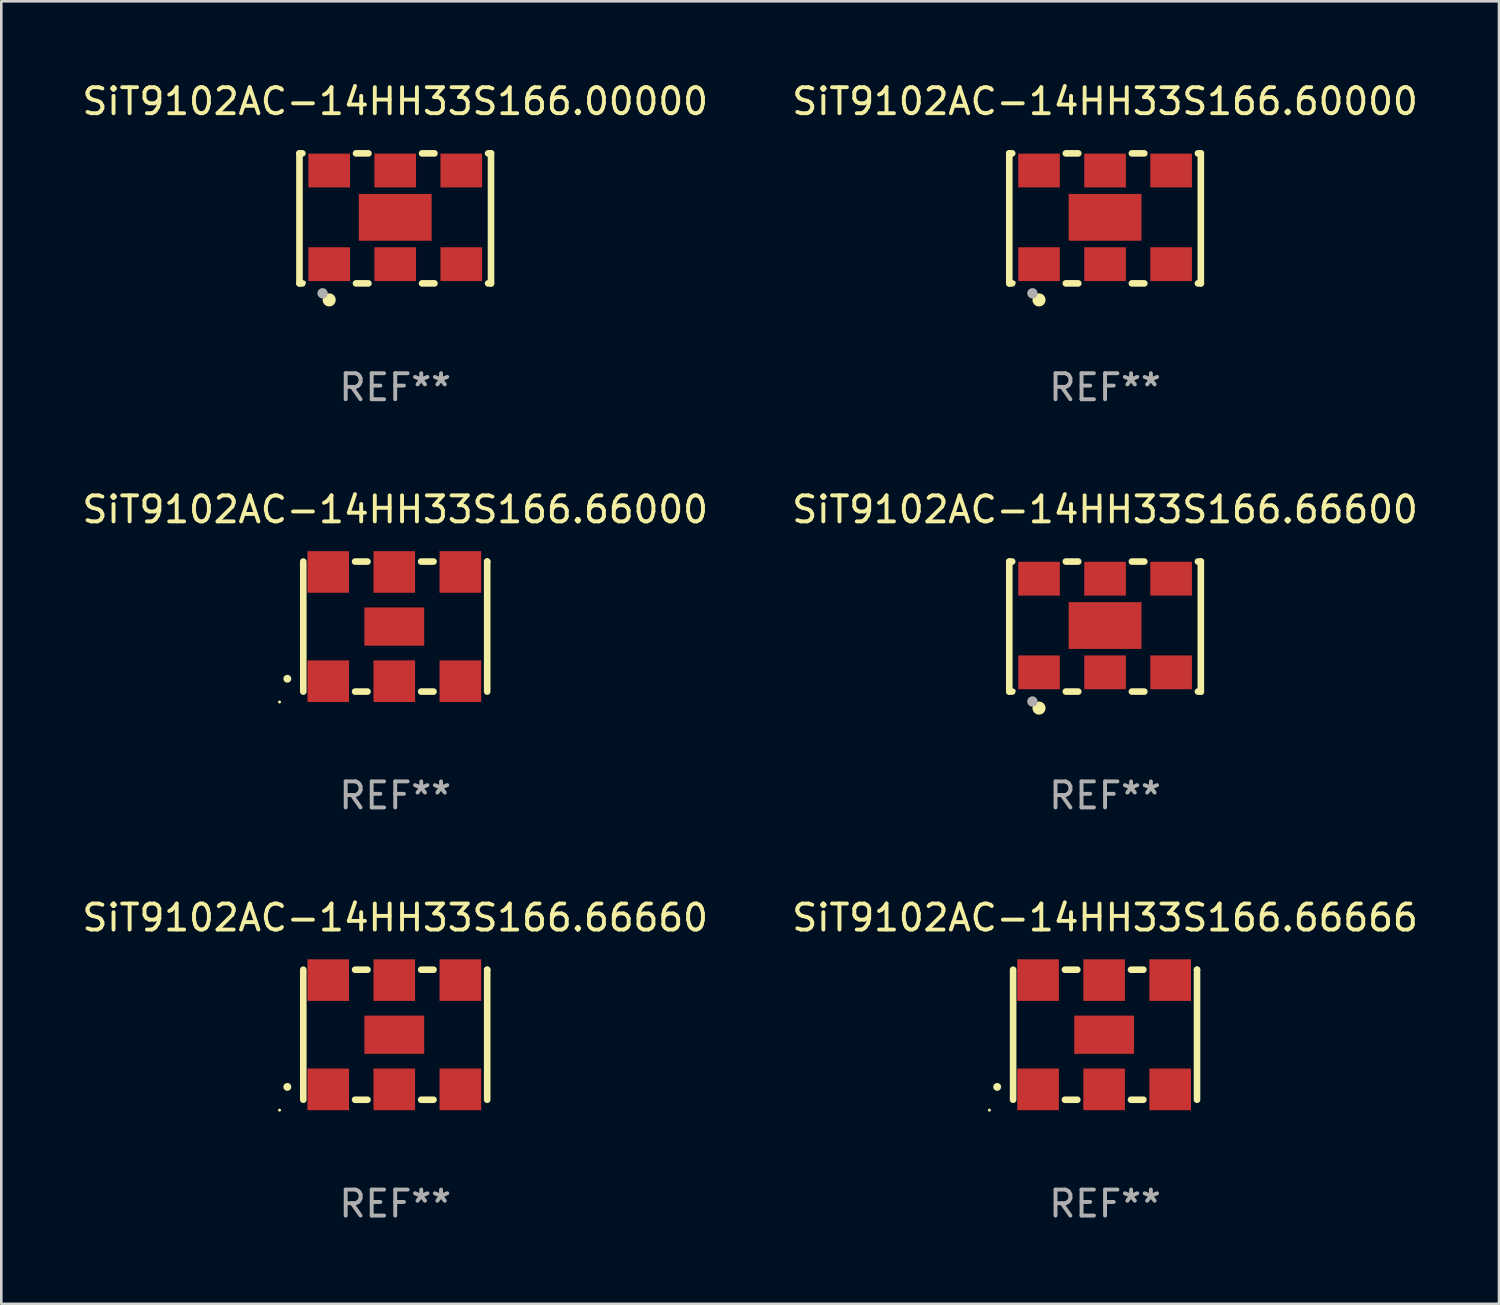
<source format=kicad_pcb>
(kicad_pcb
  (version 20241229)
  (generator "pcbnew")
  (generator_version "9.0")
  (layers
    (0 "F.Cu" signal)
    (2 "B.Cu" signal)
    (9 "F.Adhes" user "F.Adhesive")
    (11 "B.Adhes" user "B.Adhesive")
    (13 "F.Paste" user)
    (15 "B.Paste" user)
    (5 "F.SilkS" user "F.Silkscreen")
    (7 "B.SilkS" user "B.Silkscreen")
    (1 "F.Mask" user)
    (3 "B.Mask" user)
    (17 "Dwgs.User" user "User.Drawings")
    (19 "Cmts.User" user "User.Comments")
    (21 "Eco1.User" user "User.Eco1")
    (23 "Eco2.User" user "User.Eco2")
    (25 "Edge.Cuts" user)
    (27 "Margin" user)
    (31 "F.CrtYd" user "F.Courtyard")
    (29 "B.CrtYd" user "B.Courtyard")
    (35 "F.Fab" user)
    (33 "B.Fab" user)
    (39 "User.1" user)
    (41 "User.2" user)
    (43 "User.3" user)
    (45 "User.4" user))
  (footprint "SiT9102AC-14HH33S166.66000"
    (layer "F.Cu")
    (at 12.149 21.045)
    (property "Reference" "SiT9102AC-14HH33S166.66000" (at 0 -4.5 0) (layer "F.SilkS") (effects (font (size 1 1) (thickness 0.15))))
    (attr through_hole)
    (fp_line (start -3.536 -2.5) (end -3.536 2.5) (stroke (width 0.254) (type solid)) (layer "F.SilkS"))
    (fp_line (start -1.544 2.5) (end -1.067 2.5) (stroke (width 0.254) (type solid)) (layer "F.SilkS"))
    (fp_line (start -1.067 -2.5) (end -1.544 -2.5) (stroke (width 0.254) (type solid)) (layer "F.SilkS"))
    (fp_line (start 0.996 2.5) (end 1.473 2.5) (stroke (width 0.254) (type solid)) (layer "F.SilkS"))
    (fp_line (start 1.473 -2.5) (end 0.996 -2.5) (stroke (width 0.254) (type solid)) (layer "F.SilkS"))
    (fp_line (start 3.536 -2.5) (end 3.536 -2.5) (stroke (width 0.254) (type solid)) (layer "F.SilkS"))
    (fp_line (start 3.536 2.5) (end 3.536 -2.5) (stroke (width 0.254) (type solid)) (layer "F.SilkS"))
    (fp_arc (start -4.150432 2.006604) (mid -4.149162 2.006599) (end -4.147892 2.006604) (stroke (width 0.3) (type solid)) (layer "F.SilkS"))
    (fp_circle (center -4.449 2.9) (end -4.419 2.9) (stroke (width 0.06) (type solid)) (fill no) (layer "F.SilkS"))
    (fp_text user "REF**" (at 0 6.5 0) (layer "F.Fab") (effects (font (size 1 1) (thickness 0.15))))
    (pad "1" smd rect (at -2.576 2.1) (size 1.6 1.6) (layers "F.Cu" "F.Mask" "F.Paste"))
    (pad "2" smd rect (at -0.036 2.1) (size 1.6 1.6) (layers "F.Cu" "F.Mask" "F.Paste"))
    (pad "3" smd rect (at 2.504 2.1) (size 1.6 1.6) (layers "F.Cu" "F.Mask" "F.Paste"))
    (pad "4" smd rect (at 2.504 -2.1) (size 1.6 1.6) (layers "F.Cu" "F.Mask" "F.Paste"))
    (pad "5" smd rect (at -0.036 -2.1) (size 1.6 1.6) (layers "F.Cu" "F.Mask" "F.Paste"))
    (pad "6" smd rect (at -2.576 -2.1) (size 1.6 1.6) (layers "F.Cu" "F.Mask" "F.Paste"))
    (pad "7" smd rect (at -0.036 0) (size 2.3 1.47) (layers "F.Cu" "F.Mask" "F.Paste")))
  (footprint "SiT9102AC-14HH33S166.66600"
    (layer "F.Cu")
    (at 39.446 21.045)
    (property "Reference" "SiT9102AC-14HH33S166.66600" (at 0 -4.5 0) (layer "F.SilkS") (effects (font (size 1 1) (thickness 0.15))))
    (attr through_hole)
    (fp_line (start -3.683 -2.5) (end -3.571 -2.5) (stroke (width 0.254) (type solid)) (layer "F.SilkS"))
    (fp_line (start -3.683 2.5) (end -3.683 -2.5) (stroke (width 0.254) (type solid)) (layer "F.SilkS"))
    (fp_line (start -3.683 2.5) (end -3.571 2.5) (stroke (width 0.254) (type solid)) (layer "F.SilkS"))
    (fp_line (start -1.509 -2.5) (end -1.031 -2.5) (stroke (width 0.254) (type solid)) (layer "F.SilkS"))
    (fp_line (start -1.509 2.5) (end -1.031 2.5) (stroke (width 0.254) (type solid)) (layer "F.SilkS"))
    (fp_line (start 1.031 -2.5) (end 1.509 -2.5) (stroke (width 0.254) (type solid)) (layer "F.SilkS"))
    (fp_line (start 1.031 2.5) (end 1.509 2.5) (stroke (width 0.254) (type solid)) (layer "F.SilkS"))
    (fp_line (start 3.571 -2.5) (end 3.683 -2.5) (stroke (width 0.254) (type solid)) (layer "F.SilkS"))
    (fp_line (start 3.571 2.5) (end 3.683 2.5) (stroke (width 0.254) (type solid)) (layer "F.SilkS"))
    (fp_line (start 3.683 2.5) (end 3.683 -2.5) (stroke (width 0.254) (type solid)) (layer "F.SilkS"))
    (fp_circle (center -3.5 2.46) (end -3.47 2.46) (stroke (width 0.06) (type solid)) (fill no) (layer "F.SilkS"))
    (fp_circle (center -2.54 3.135) (end -2.413 3.135) (stroke (width 0.254) (type solid)) (fill no) (layer "F.SilkS"))
    (fp_circle (center -2.794 2.881) (end -2.694 2.881) (stroke (width 0.2) (type solid)) (fill no) (layer "F.Fab"))
    (fp_text user "REF**" (at 0 6.5 0) (layer "F.Fab") (effects (font (size 1 1) (thickness 0.15))))
    (pad "1" smd rect (at -2.54 1.76) (size 1.6 1.3) (layers "F.Cu" "F.Mask" "F.Paste"))
    (pad "2" smd rect (at 0 1.76) (size 1.6 1.3) (layers "F.Cu" "F.Mask" "F.Paste"))
    (pad "3" smd rect (at 2.54 1.76) (size 1.6 1.3) (layers "F.Cu" "F.Mask" "F.Paste"))
    (pad "4" smd rect (at 2.54 -1.84) (size 1.6 1.3) (layers "F.Cu" "F.Mask" "F.Paste"))
    (pad "5" smd rect (at 0 -1.84) (size 1.6 1.3) (layers "F.Cu" "F.Mask" "F.Paste"))
    (pad "6" smd rect (at -2.54 -1.84) (size 1.6 1.3) (layers "F.Cu" "F.Mask" "F.Paste"))
    (pad "7" smd rect (at 0 -0.04) (size 2.8 1.8) (layers "F.Cu" "F.Mask" "F.Paste")))
  (footprint "SiT9102AC-14HH33S166.60000"
    (layer "F.Cu")
    (at 39.446 5.348)
    (property "Reference" "SiT9102AC-14HH33S166.60000" (at 0 -4.5 0) (layer "F.SilkS") (effects (font (size 1 1) (thickness 0.15))))
    (attr through_hole)
    (fp_line (start -3.683 -2.5) (end -3.571 -2.5) (stroke (width 0.254) (type solid)) (layer "F.SilkS"))
    (fp_line (start -3.683 2.5) (end -3.683 -2.5) (stroke (width 0.254) (type solid)) (layer "F.SilkS"))
    (fp_line (start -3.683 2.5) (end -3.571 2.5) (stroke (width 0.254) (type solid)) (layer "F.SilkS"))
    (fp_line (start -1.509 -2.5) (end -1.031 -2.5) (stroke (width 0.254) (type solid)) (layer "F.SilkS"))
    (fp_line (start -1.509 2.5) (end -1.031 2.5) (stroke (width 0.254) (type solid)) (layer "F.SilkS"))
    (fp_line (start 1.031 -2.5) (end 1.509 -2.5) (stroke (width 0.254) (type solid)) (layer "F.SilkS"))
    (fp_line (start 1.031 2.5) (end 1.509 2.5) (stroke (width 0.254) (type solid)) (layer "F.SilkS"))
    (fp_line (start 3.571 -2.5) (end 3.683 -2.5) (stroke (width 0.254) (type solid)) (layer "F.SilkS"))
    (fp_line (start 3.571 2.5) (end 3.683 2.5) (stroke (width 0.254) (type solid)) (layer "F.SilkS"))
    (fp_line (start 3.683 2.5) (end 3.683 -2.5) (stroke (width 0.254) (type solid)) (layer "F.SilkS"))
    (fp_circle (center -3.5 2.46) (end -3.47 2.46) (stroke (width 0.06) (type solid)) (fill no) (layer "F.SilkS"))
    (fp_circle (center -2.54 3.135) (end -2.413 3.135) (stroke (width 0.254) (type solid)) (fill no) (layer "F.SilkS"))
    (fp_circle (center -2.794 2.881) (end -2.694 2.881) (stroke (width 0.2) (type solid)) (fill no) (layer "F.Fab"))
    (fp_text user "REF**" (at 0 6.5 0) (layer "F.Fab") (effects (font (size 1 1) (thickness 0.15))))
    (pad "1" smd rect (at -2.54 1.76) (size 1.6 1.3) (layers "F.Cu" "F.Mask" "F.Paste"))
    (pad "2" smd rect (at 0 1.76) (size 1.6 1.3) (layers "F.Cu" "F.Mask" "F.Paste"))
    (pad "3" smd rect (at 2.54 1.76) (size 1.6 1.3) (layers "F.Cu" "F.Mask" "F.Paste"))
    (pad "4" smd rect (at 2.54 -1.84) (size 1.6 1.3) (layers "F.Cu" "F.Mask" "F.Paste"))
    (pad "5" smd rect (at 0 -1.84) (size 1.6 1.3) (layers "F.Cu" "F.Mask" "F.Paste"))
    (pad "6" smd rect (at -2.54 -1.84) (size 1.6 1.3) (layers "F.Cu" "F.Mask" "F.Paste"))
    (pad "7" smd rect (at 0 -0.04) (size 2.8 1.8) (layers "F.Cu" "F.Mask" "F.Paste")))
  (footprint "SiT9102AC-14HH33S166.00000"
    (layer "F.Cu")
    (at 12.149 5.348)
    (property "Reference" "SiT9102AC-14HH33S166.00000" (at 0 -4.5 0) (layer "F.SilkS") (effects (font (size 1 1) (thickness 0.15))))
    (attr through_hole)
    (fp_line (start -3.683 -2.5) (end -3.571 -2.5) (stroke (width 0.254) (type solid)) (layer "F.SilkS"))
    (fp_line (start -3.683 2.5) (end -3.683 -2.5) (stroke (width 0.254) (type solid)) (layer "F.SilkS"))
    (fp_line (start -3.683 2.5) (end -3.571 2.5) (stroke (width 0.254) (type solid)) (layer "F.SilkS"))
    (fp_line (start -1.509 -2.5) (end -1.031 -2.5) (stroke (width 0.254) (type solid)) (layer "F.SilkS"))
    (fp_line (start -1.509 2.5) (end -1.031 2.5) (stroke (width 0.254) (type solid)) (layer "F.SilkS"))
    (fp_line (start 1.031 -2.5) (end 1.509 -2.5) (stroke (width 0.254) (type solid)) (layer "F.SilkS"))
    (fp_line (start 1.031 2.5) (end 1.509 2.5) (stroke (width 0.254) (type solid)) (layer "F.SilkS"))
    (fp_line (start 3.571 -2.5) (end 3.683 -2.5) (stroke (width 0.254) (type solid)) (layer "F.SilkS"))
    (fp_line (start 3.571 2.5) (end 3.683 2.5) (stroke (width 0.254) (type solid)) (layer "F.SilkS"))
    (fp_line (start 3.683 2.5) (end 3.683 -2.5) (stroke (width 0.254) (type solid)) (layer "F.SilkS"))
    (fp_circle (center -3.5 2.46) (end -3.47 2.46) (stroke (width 0.06) (type solid)) (fill no) (layer "F.SilkS"))
    (fp_circle (center -2.54 3.135) (end -2.413 3.135) (stroke (width 0.254) (type solid)) (fill no) (layer "F.SilkS"))
    (fp_circle (center -2.794 2.881) (end -2.694 2.881) (stroke (width 0.2) (type solid)) (fill no) (layer "F.Fab"))
    (fp_text user "REF**" (at 0 6.5 0) (layer "F.Fab") (effects (font (size 1 1) (thickness 0.15))))
    (pad "1" smd rect (at -2.54 1.76) (size 1.6 1.3) (layers "F.Cu" "F.Mask" "F.Paste"))
    (pad "2" smd rect (at 0 1.76) (size 1.6 1.3) (layers "F.Cu" "F.Mask" "F.Paste"))
    (pad "3" smd rect (at 2.54 1.76) (size 1.6 1.3) (layers "F.Cu" "F.Mask" "F.Paste"))
    (pad "4" smd rect (at 2.54 -1.84) (size 1.6 1.3) (layers "F.Cu" "F.Mask" "F.Paste"))
    (pad "5" smd rect (at 0 -1.84) (size 1.6 1.3) (layers "F.Cu" "F.Mask" "F.Paste"))
    (pad "6" smd rect (at -2.54 -1.84) (size 1.6 1.3) (layers "F.Cu" "F.Mask" "F.Paste"))
    (pad "7" smd rect (at 0 -0.04) (size 2.8 1.8) (layers "F.Cu" "F.Mask" "F.Paste")))
  (footprint "SiT9102AC-14HH33S166.66666"
    (layer "F.Cu")
    (at 39.446 36.741)
    (property "Reference" "SiT9102AC-14HH33S166.66666" (at 0 -4.5 0) (layer "F.SilkS") (effects (font (size 1 1) (thickness 0.15))))
    (attr through_hole)
    (fp_line (start -3.536 -2.5) (end -3.536 2.5) (stroke (width 0.254) (type solid)) (layer "F.SilkS"))
    (fp_line (start -1.544 2.5) (end -1.067 2.5) (stroke (width 0.254) (type solid)) (layer "F.SilkS"))
    (fp_line (start -1.067 -2.5) (end -1.544 -2.5) (stroke (width 0.254) (type solid)) (layer "F.SilkS"))
    (fp_line (start 0.996 2.5) (end 1.473 2.5) (stroke (width 0.254) (type solid)) (layer "F.SilkS"))
    (fp_line (start 1.473 -2.5) (end 0.996 -2.5) (stroke (width 0.254) (type solid)) (layer "F.SilkS"))
    (fp_line (start 3.536 -2.5) (end 3.536 -2.5) (stroke (width 0.254) (type solid)) (layer "F.SilkS"))
    (fp_line (start 3.536 2.5) (end 3.536 -2.5) (stroke (width 0.254) (type solid)) (layer "F.SilkS"))
    (fp_arc (start -4.150432 2.006604) (mid -4.149162 2.006599) (end -4.147892 2.006604) (stroke (width 0.3) (type solid)) (layer "F.SilkS"))
    (fp_circle (center -4.449 2.9) (end -4.419 2.9) (stroke (width 0.06) (type solid)) (fill no) (layer "F.SilkS"))
    (fp_text user "REF**" (at 0 6.5 0) (layer "F.Fab") (effects (font (size 1 1) (thickness 0.15))))
    (pad "1" smd rect (at -2.576 2.1) (size 1.6 1.6) (layers "F.Cu" "F.Mask" "F.Paste"))
    (pad "2" smd rect (at -0.036 2.1) (size 1.6 1.6) (layers "F.Cu" "F.Mask" "F.Paste"))
    (pad "3" smd rect (at 2.504 2.1) (size 1.6 1.6) (layers "F.Cu" "F.Mask" "F.Paste"))
    (pad "4" smd rect (at 2.504 -2.1) (size 1.6 1.6) (layers "F.Cu" "F.Mask" "F.Paste"))
    (pad "5" smd rect (at -0.036 -2.1) (size 1.6 1.6) (layers "F.Cu" "F.Mask" "F.Paste"))
    (pad "6" smd rect (at -2.576 -2.1) (size 1.6 1.6) (layers "F.Cu" "F.Mask" "F.Paste"))
    (pad "7" smd rect (at -0.036 0) (size 2.3 1.47) (layers "F.Cu" "F.Mask" "F.Paste")))
  (footprint "SiT9102AC-14HH33S166.66660"
    (layer "F.Cu")
    (at 12.149 36.741)
    (property "Reference" "SiT9102AC-14HH33S166.66660" (at 0 -4.5 0) (layer "F.SilkS") (effects (font (size 1 1) (thickness 0.15))))
    (attr through_hole)
    (fp_line (start -3.536 -2.5) (end -3.536 2.5) (stroke (width 0.254) (type solid)) (layer "F.SilkS"))
    (fp_line (start -1.544 2.5) (end -1.067 2.5) (stroke (width 0.254) (type solid)) (layer "F.SilkS"))
    (fp_line (start -1.067 -2.5) (end -1.544 -2.5) (stroke (width 0.254) (type solid)) (layer "F.SilkS"))
    (fp_line (start 0.996 2.5) (end 1.473 2.5) (stroke (width 0.254) (type solid)) (layer "F.SilkS"))
    (fp_line (start 1.473 -2.5) (end 0.996 -2.5) (stroke (width 0.254) (type solid)) (layer "F.SilkS"))
    (fp_line (start 3.536 -2.5) (end 3.536 -2.5) (stroke (width 0.254) (type solid)) (layer "F.SilkS"))
    (fp_line (start 3.536 2.5) (end 3.536 -2.5) (stroke (width 0.254) (type solid)) (layer "F.SilkS"))
    (fp_arc (start -4.150432 2.006604) (mid -4.149162 2.006599) (end -4.147892 2.006604) (stroke (width 0.3) (type solid)) (layer "F.SilkS"))
    (fp_circle (center -4.449 2.9) (end -4.419 2.9) (stroke (width 0.06) (type solid)) (fill no) (layer "F.SilkS"))
    (fp_text user "REF**" (at 0 6.5 0) (layer "F.Fab") (effects (font (size 1 1) (thickness 0.15))))
    (pad "1" smd rect (at -2.576 2.1) (size 1.6 1.6) (layers "F.Cu" "F.Mask" "F.Paste"))
    (pad "2" smd rect (at -0.036 2.1) (size 1.6 1.6) (layers "F.Cu" "F.Mask" "F.Paste"))
    (pad "3" smd rect (at 2.504 2.1) (size 1.6 1.6) (layers "F.Cu" "F.Mask" "F.Paste"))
    (pad "4" smd rect (at 2.504 -2.1) (size 1.6 1.6) (layers "F.Cu" "F.Mask" "F.Paste"))
    (pad "5" smd rect (at -0.036 -2.1) (size 1.6 1.6) (layers "F.Cu" "F.Mask" "F.Paste"))
    (pad "6" smd rect (at -2.576 -2.1) (size 1.6 1.6) (layers "F.Cu" "F.Mask" "F.Paste"))
    (pad "7" smd rect (at -0.036 0) (size 2.3 1.47) (layers "F.Cu" "F.Mask" "F.Paste")))
  (gr_rect
    (start -3 -3)
    (end 54.595 47.09)
    (stroke (width 0.1) (type default))
    (fill no)
    (layer "Edge.Cuts")))
</source>
